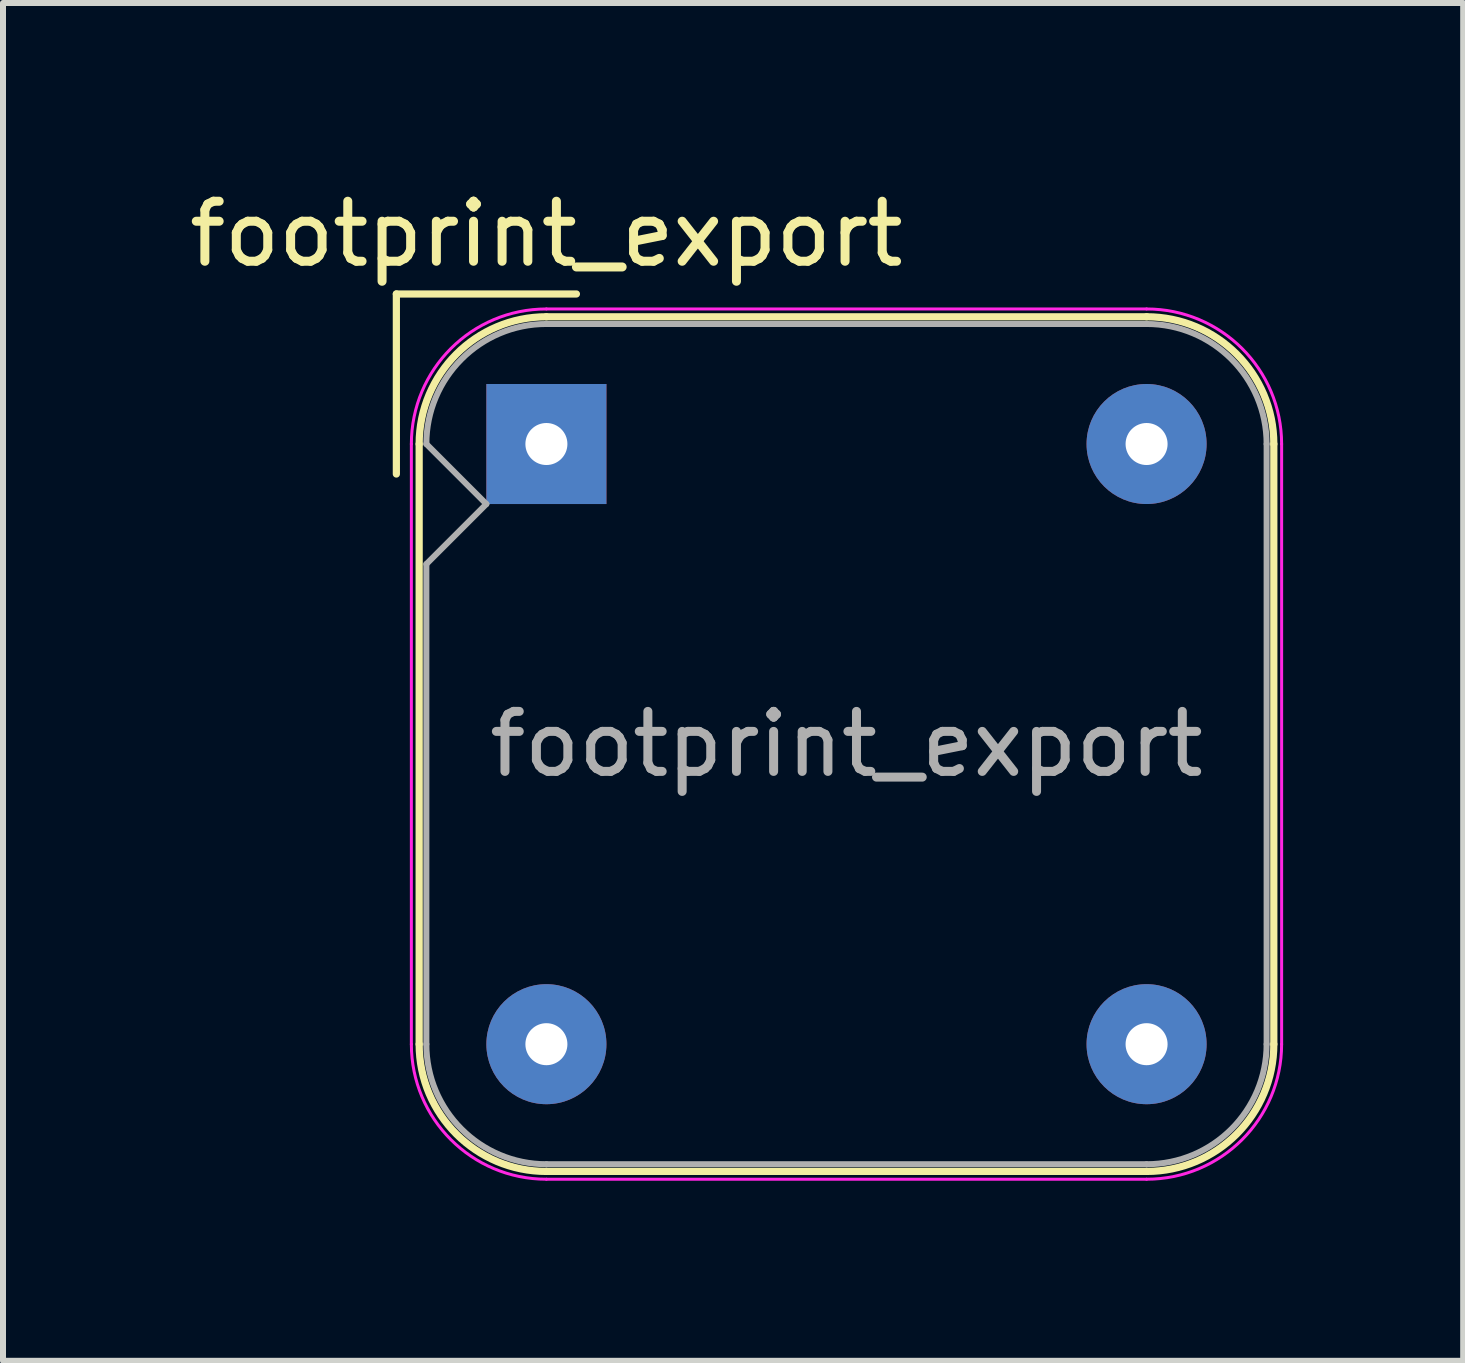
<source format=kicad_pcb>
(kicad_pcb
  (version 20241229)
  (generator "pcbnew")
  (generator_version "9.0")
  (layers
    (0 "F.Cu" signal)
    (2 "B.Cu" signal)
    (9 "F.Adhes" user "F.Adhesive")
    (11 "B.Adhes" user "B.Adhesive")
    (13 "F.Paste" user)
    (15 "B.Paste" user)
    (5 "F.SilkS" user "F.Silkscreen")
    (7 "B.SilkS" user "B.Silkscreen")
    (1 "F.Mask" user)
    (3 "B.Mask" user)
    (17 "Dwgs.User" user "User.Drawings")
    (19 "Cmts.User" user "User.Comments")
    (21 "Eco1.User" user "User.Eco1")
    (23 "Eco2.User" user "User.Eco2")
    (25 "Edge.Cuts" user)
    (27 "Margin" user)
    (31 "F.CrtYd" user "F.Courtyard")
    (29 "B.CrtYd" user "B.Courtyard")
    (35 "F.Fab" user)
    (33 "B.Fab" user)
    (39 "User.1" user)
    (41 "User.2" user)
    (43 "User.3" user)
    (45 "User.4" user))
  (footprint "footprint_export"
    (layer "F.Cu")
    (at 6.054 4.348)
    (property "Reference" "footprint_export" (at 0 -3.5 0) (layer "F.SilkS") (effects (font (size 1 1) (thickness 0.15))))
    (attr through_hole)
    (fp_line (start -2.5 -2.5) (end -2.5 0.5) (stroke (width 0.12) (type solid)) (layer "F.SilkS"))
    (fp_line (start -2.5 -2.5) (end 0.5 -2.5) (stroke (width 0.12) (type solid)) (layer "F.SilkS"))
    (fp_line (start -2.12 10) (end -2.12 0) (stroke (width 0.12) (type solid)) (layer "F.SilkS"))
    (fp_line (start 0 -2.12) (end 10 -2.12) (stroke (width 0.12) (type solid)) (layer "F.SilkS"))
    (fp_line (start 10 12.12) (end 0 12.12) (stroke (width 0.12) (type solid)) (layer "F.SilkS"))
    (fp_line (start 12.12 0) (end 12.12 10) (stroke (width 0.12) (type solid)) (layer "F.SilkS"))
    (fp_arc (start -2.12 0) (mid -1.499066 -1.499066) (end 0 -2.12) (stroke (width 0.12) (type solid)) (layer "F.SilkS"))
    (fp_arc (start 0 12.12) (mid -1.499066 11.499066) (end -2.12 10) (stroke (width 0.12) (type solid)) (layer "F.SilkS"))
    (fp_arc (start 10 -2.12) (mid 11.499066 -1.499066) (end 12.12 0) (stroke (width 0.12) (type solid)) (layer "F.SilkS"))
    (fp_arc (start 12.12 10) (mid 11.499066 11.499066) (end 10 12.12) (stroke (width 0.12) (type solid)) (layer "F.SilkS"))
    (fp_line (start -2.25 10) (end -2.25 0) (stroke (width 0.05) (type solid)) (layer "F.CrtYd"))
    (fp_line (start 0 -2.25) (end 10 -2.25) (stroke (width 0.05) (type solid)) (layer "F.CrtYd"))
    (fp_line (start 10 12.25) (end 0 12.25) (stroke (width 0.05) (type solid)) (layer "F.CrtYd"))
    (fp_line (start 12.25 0) (end 12.25 10) (stroke (width 0.05) (type solid)) (layer "F.CrtYd"))
    (fp_arc (start -2.25 0) (mid -1.59099 -1.59099) (end 0 -2.25) (stroke (width 0.05) (type solid)) (layer "F.CrtYd"))
    (fp_arc (start 0 12.25) (mid -1.59099 11.59099) (end -2.25 10) (stroke (width 0.05) (type solid)) (layer "F.CrtYd"))
    (fp_arc (start 10 -2.25) (mid 11.59099 -1.59099) (end 12.25 0) (stroke (width 0.05) (type solid)) (layer "F.CrtYd"))
    (fp_arc (start 12.25 10) (mid 11.59099 11.59099) (end 10 12.25) (stroke (width 0.05) (type solid)) (layer "F.CrtYd"))
    (fp_line (start -2 2) (end -1 1) (stroke (width 0.1) (type solid)) (layer "F.Fab"))
    (fp_line (start -2 10) (end -2 2) (stroke (width 0.1) (type solid)) (layer "F.Fab"))
    (fp_line (start -1 1) (end -2 0) (stroke (width 0.1) (type solid)) (layer "F.Fab"))
    (fp_line (start 0 -2) (end 10 -2) (stroke (width 0.1) (type solid)) (layer "F.Fab"))
    (fp_line (start 10 12) (end 0 12) (stroke (width 0.1) (type solid)) (layer "F.Fab"))
    (fp_line (start 12 0) (end 12 10) (stroke (width 0.1) (type solid)) (layer "F.Fab"))
    (fp_arc (start -2 0) (mid -1.414214 -1.414214) (end 0 -2) (stroke (width 0.1) (type solid)) (layer "F.Fab"))
    (fp_arc (start 0 12) (mid -1.414214 11.414214) (end -2 10) (stroke (width 0.1) (type solid)) (layer "F.Fab"))
    (fp_arc (start 10 -2) (mid 11.414214 -1.414214) (end 12 0) (stroke (width 0.1) (type solid)) (layer "F.Fab"))
    (fp_arc (start 12 10) (mid 11.414214 11.414214) (end 10 12) (stroke (width 0.1) (type solid)) (layer "F.Fab"))
    (fp_text user "${REFERENCE}" (at 5 5 0) (layer "F.Fab") (effects (font (size 1 1) (thickness 0.15))))
    (pad "1" thru_hole rect (at 0 0) (size 2 2) (drill 0.7) (layers "*.Cu" "*.Mask"))
    (pad "2" thru_hole circle (at 10 0) (size 2 2) (drill 0.7) (layers "*.Cu" "*.Mask"))
    (pad "3" thru_hole circle (at 0 10) (size 2 2) (drill 0.7) (layers "*.Cu" "*.Mask"))
    (pad "4" thru_hole circle (at 10 10) (size 2 2) (drill 0.7) (layers "*.Cu" "*.Mask")))
  (gr_rect
    (start -3 -3)
    (end 21.329 19.623)
    (stroke (width 0.1) (type default))
    (fill no)
    (layer "Edge.Cuts")))
</source>
